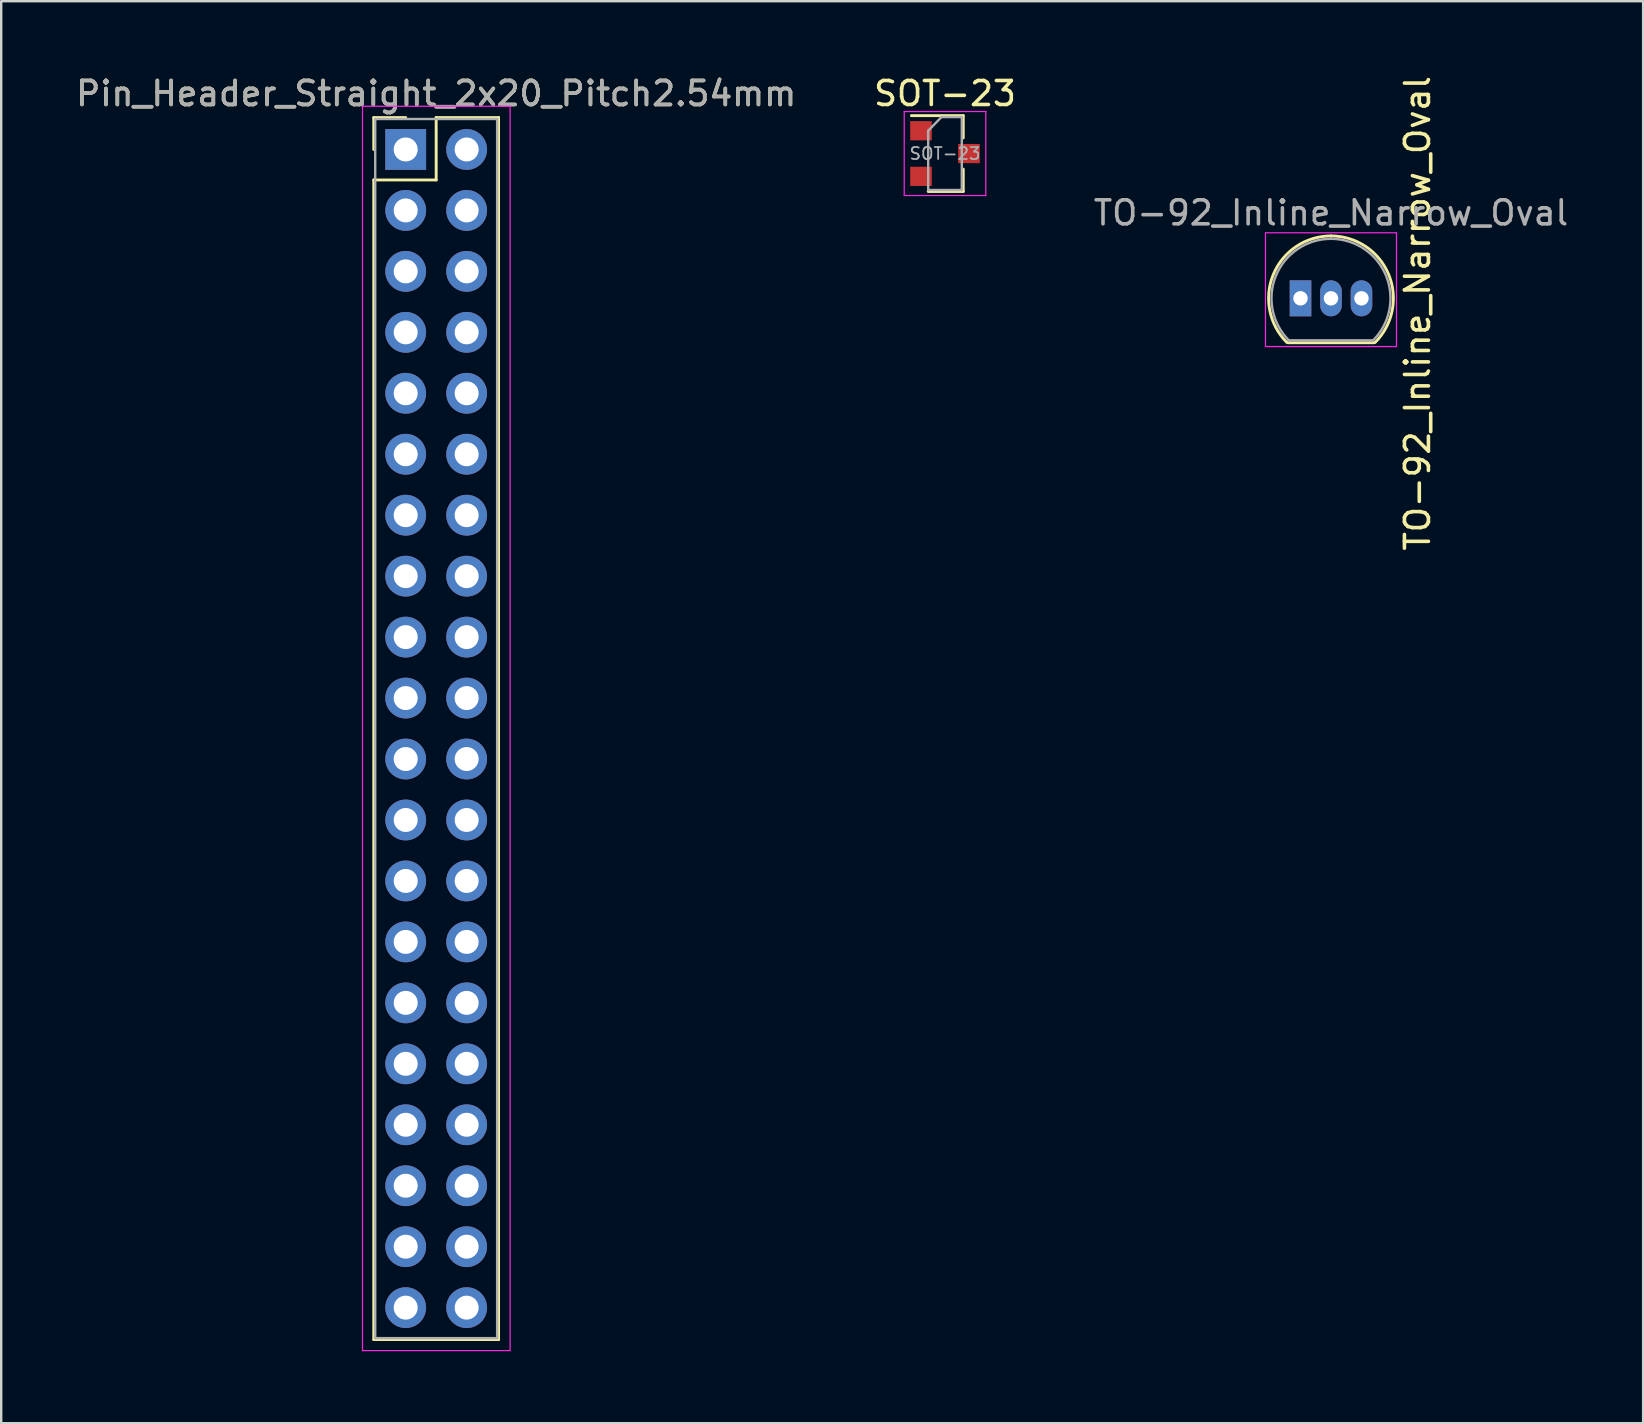
<source format=kicad_pcb>
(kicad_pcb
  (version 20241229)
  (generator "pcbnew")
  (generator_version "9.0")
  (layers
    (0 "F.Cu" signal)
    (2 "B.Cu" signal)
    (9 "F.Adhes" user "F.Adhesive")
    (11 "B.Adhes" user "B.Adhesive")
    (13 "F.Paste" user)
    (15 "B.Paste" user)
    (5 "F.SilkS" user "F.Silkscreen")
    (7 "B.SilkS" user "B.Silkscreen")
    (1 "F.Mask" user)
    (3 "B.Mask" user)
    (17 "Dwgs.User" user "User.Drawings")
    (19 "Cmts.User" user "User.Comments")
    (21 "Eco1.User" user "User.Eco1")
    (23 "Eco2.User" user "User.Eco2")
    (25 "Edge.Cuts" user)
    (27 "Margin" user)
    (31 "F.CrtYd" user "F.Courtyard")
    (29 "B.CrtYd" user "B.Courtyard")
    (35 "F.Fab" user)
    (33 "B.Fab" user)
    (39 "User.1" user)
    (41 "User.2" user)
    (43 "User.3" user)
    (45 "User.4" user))
  (footprint "SOT-23"
    (layer "F.Cu")
    (at 36.327 3.348)
    (property "Reference" "SOT-23" (at 0 -2.5 0) (layer "F.SilkS") (effects (font (size 1 1) (thickness 0.15))))
    (attr smd)
    (fp_line (start 0.76 -1.58) (end -1.4 -1.58) (stroke (width 0.12) (type solid)) (layer "F.SilkS"))
    (fp_line (start 0.76 -1.58) (end 0.76 -0.65) (stroke (width 0.12) (type solid)) (layer "F.SilkS"))
    (fp_line (start 0.76 1.58) (end -0.7 1.58) (stroke (width 0.12) (type solid)) (layer "F.SilkS"))
    (fp_line (start 0.76 1.58) (end 0.76 0.65) (stroke (width 0.12) (type solid)) (layer "F.SilkS"))
    (fp_line (start -1.7 -1.75) (end 1.7 -1.75) (stroke (width 0.05) (type solid)) (layer "F.CrtYd"))
    (fp_line (start -1.7 1.75) (end -1.7 -1.75) (stroke (width 0.05) (type solid)) (layer "F.CrtYd"))
    (fp_line (start 1.7 -1.75) (end 1.7 1.75) (stroke (width 0.05) (type solid)) (layer "F.CrtYd"))
    (fp_line (start 1.7 1.75) (end -1.7 1.75) (stroke (width 0.05) (type solid)) (layer "F.CrtYd"))
    (fp_line (start -0.7 -0.95) (end -0.7 1.5) (stroke (width 0.1) (type solid)) (layer "F.Fab"))
    (fp_line (start -0.7 -0.95) (end -0.15 -1.52) (stroke (width 0.1) (type solid)) (layer "F.Fab"))
    (fp_line (start -0.7 1.52) (end 0.7 1.52) (stroke (width 0.1) (type solid)) (layer "F.Fab"))
    (fp_line (start -0.15 -1.52) (end 0.7 -1.52) (stroke (width 0.1) (type solid)) (layer "F.Fab"))
    (fp_line (start 0.7 -1.52) (end 0.7 1.52) (stroke (width 0.1) (type solid)) (layer "F.Fab"))
    (fp_text user "${REFERENCE}" (at 0 0 0) (layer "F.Fab") (effects (font (size 0.5 0.5) (thickness 0.075))))
    (pad "1" smd rect (at -1 -0.95) (size 0.9 0.8) (layers "F.Cu" "F.Mask" "F.Paste"))
    (pad "2" smd rect (at -1 0.95) (size 0.9 0.8) (layers "F.Cu" "F.Mask" "F.Paste"))
    (pad "3" smd rect (at 1 0) (size 0.9 0.8) (layers "F.Cu" "F.Mask" "F.Paste")))
  (footprint "TO-92_Inline_Narrow_Oval"
    (layer "F.Cu")
    (at 51.141 9.381)
    (property "Reference" "TO-92_Inline_Narrow_Oval" (at 4.875 0.625 90) (layer "F.SilkS") (effects (font (size 1 1) (thickness 0.15))))
    (attr through_hole)
    (fp_line (start -0.53 1.85) (end 3.07 1.85) (stroke (width 0.12) (type solid)) (layer "F.SilkS"))
    (fp_arc (start -0.568478 1.838478) (mid -1.132087 -0.994977) (end 1.27 -2.6) (stroke (width 0.12) (type solid)) (layer "F.SilkS"))
    (fp_arc (start 1.27 -2.6) (mid 3.672087 -0.994977) (end 3.108478 1.838478) (stroke (width 0.12) (type solid)) (layer "F.SilkS"))
    (fp_line (start -1.46 -2.73) (end -1.46 2.01) (stroke (width 0.05) (type solid)) (layer "F.CrtYd"))
    (fp_line (start -1.46 -2.73) (end 4 -2.73) (stroke (width 0.05) (type solid)) (layer "F.CrtYd"))
    (fp_line (start 4 2.01) (end -1.46 2.01) (stroke (width 0.05) (type solid)) (layer "F.CrtYd"))
    (fp_line (start 4 2.01) (end 4 -2.73) (stroke (width 0.05) (type solid)) (layer "F.CrtYd"))
    (fp_line (start -0.5 1.75) (end 3 1.75) (stroke (width 0.1) (type solid)) (layer "F.Fab"))
    (fp_arc (start -0.483625 1.753625) (mid -1.021221 -0.949055) (end 1.27 -2.48) (stroke (width 0.1) (type solid)) (layer "F.Fab"))
    (fp_arc (start 1.27 -2.48) (mid 3.561221 -0.949055) (end 3.023625 1.753625) (stroke (width 0.1) (type solid)) (layer "F.Fab"))
    (fp_text user "${REFERENCE}" (at 1.27 -3.56 0) (layer "F.Fab") (effects (font (size 1 1) (thickness 0.15))))
    (pad "1" thru_hole rect (at 0 0 180) (size 0.9 1.5) (drill 0.6) (layers "*.Cu" "*.Mask"))
    (pad "2" thru_hole oval (at 1.27 0 180) (size 0.9 1.5) (drill 0.6) (layers "*.Cu" "*.Mask"))
    (pad "3" thru_hole oval (at 2.54 0 180) (size 0.9 1.5) (drill 0.6) (layers "*.Cu" "*.Mask")))
  (footprint "Pin_Header_Straight_2x20_Pitch2.54mm"
    (layer "F.Cu")
    (at 13.855 3.178)
    (property "Reference" "Pin_Header_Straight_2x20_Pitch2.54mm" (at 1.27 -2.33 0) (layer "F.SilkS") (effects (font (size 1 1) (thickness 0.15))))
    (attr through_hole)
    (fp_line (start -1.33 -1.33) (end 0 -1.33) (stroke (width 0.12) (type solid)) (layer "F.SilkS"))
    (fp_line (start -1.33 0) (end -1.33 -1.33) (stroke (width 0.12) (type solid)) (layer "F.SilkS"))
    (fp_line (start -1.33 1.27) (end -1.33 49.59) (stroke (width 0.12) (type solid)) (layer "F.SilkS"))
    (fp_line (start -1.33 49.59) (end 3.87 49.59) (stroke (width 0.12) (type solid)) (layer "F.SilkS"))
    (fp_line (start 1.27 -1.33) (end 1.27 1.27) (stroke (width 0.12) (type solid)) (layer "F.SilkS"))
    (fp_line (start 1.27 1.27) (end -1.33 1.27) (stroke (width 0.12) (type solid)) (layer "F.SilkS"))
    (fp_line (start 3.87 -1.33) (end 1.27 -1.33) (stroke (width 0.12) (type solid)) (layer "F.SilkS"))
    (fp_line (start 3.87 49.59) (end 3.87 -1.33) (stroke (width 0.12) (type solid)) (layer "F.SilkS"))
    (fp_line (start -1.8 -1.8) (end -1.8 50.05) (stroke (width 0.05) (type solid)) (layer "F.CrtYd"))
    (fp_line (start -1.8 50.05) (end 4.35 50.05) (stroke (width 0.05) (type solid)) (layer "F.CrtYd"))
    (fp_line (start 4.35 -1.8) (end -1.8 -1.8) (stroke (width 0.05) (type solid)) (layer "F.CrtYd"))
    (fp_line (start 4.35 50.05) (end 4.35 -1.8) (stroke (width 0.05) (type solid)) (layer "F.CrtYd"))
    (fp_line (start -1.27 -1.27) (end -1.27 49.53) (stroke (width 0.1) (type solid)) (layer "F.Fab"))
    (fp_line (start -1.27 49.53) (end 3.81 49.53) (stroke (width 0.1) (type solid)) (layer "F.Fab"))
    (fp_line (start 3.81 -1.27) (end -1.27 -1.27) (stroke (width 0.1) (type solid)) (layer "F.Fab"))
    (fp_line (start 3.81 49.53) (end 3.81 -1.27) (stroke (width 0.1) (type solid)) (layer "F.Fab"))
    (fp_text user "${REFERENCE}" (at 1.27 -2.33 0) (layer "F.Fab") (effects (font (size 1 1) (thickness 0.15))))
    (pad "1" thru_hole rect (at 0 0) (size 1.7 1.7) (drill 1) (layers "*.Cu" "*.Mask"))
    (pad "2" thru_hole oval (at 2.54 0) (size 1.7 1.7) (drill 1) (layers "*.Cu" "*.Mask"))
    (pad "3" thru_hole oval (at 0 2.54) (size 1.7 1.7) (drill 1) (layers "*.Cu" "*.Mask"))
    (pad "4" thru_hole oval (at 2.54 2.54) (size 1.7 1.7) (drill 1) (layers "*.Cu" "*.Mask"))
    (pad "5" thru_hole oval (at 0 5.08) (size 1.7 1.7) (drill 1) (layers "*.Cu" "*.Mask"))
    (pad "6" thru_hole oval (at 2.54 5.08) (size 1.7 1.7) (drill 1) (layers "*.Cu" "*.Mask"))
    (pad "7" thru_hole oval (at 0 7.62) (size 1.7 1.7) (drill 1) (layers "*.Cu" "*.Mask"))
    (pad "8" thru_hole oval (at 2.54 7.62) (size 1.7 1.7) (drill 1) (layers "*.Cu" "*.Mask"))
    (pad "9" thru_hole oval (at 0 10.16) (size 1.7 1.7) (drill 1) (layers "*.Cu" "*.Mask"))
    (pad "10" thru_hole oval (at 2.54 10.16) (size 1.7 1.7) (drill 1) (layers "*.Cu" "*.Mask"))
    (pad "11" thru_hole oval (at 0 12.7) (size 1.7 1.7) (drill 1) (layers "*.Cu" "*.Mask"))
    (pad "12" thru_hole oval (at 2.54 12.7) (size 1.7 1.7) (drill 1) (layers "*.Cu" "*.Mask"))
    (pad "13" thru_hole oval (at 0 15.24) (size 1.7 1.7) (drill 1) (layers "*.Cu" "*.Mask"))
    (pad "14" thru_hole oval (at 2.54 15.24) (size 1.7 1.7) (drill 1) (layers "*.Cu" "*.Mask"))
    (pad "15" thru_hole oval (at 0 17.78) (size 1.7 1.7) (drill 1) (layers "*.Cu" "*.Mask"))
    (pad "16" thru_hole oval (at 2.54 17.78) (size 1.7 1.7) (drill 1) (layers "*.Cu" "*.Mask"))
    (pad "17" thru_hole oval (at 0 20.32) (size 1.7 1.7) (drill 1) (layers "*.Cu" "*.Mask"))
    (pad "18" thru_hole oval (at 2.54 20.32) (size 1.7 1.7) (drill 1) (layers "*.Cu" "*.Mask"))
    (pad "19" thru_hole oval (at 0 22.86) (size 1.7 1.7) (drill 1) (layers "*.Cu" "*.Mask"))
    (pad "20" thru_hole oval (at 2.54 22.86) (size 1.7 1.7) (drill 1) (layers "*.Cu" "*.Mask"))
    (pad "21" thru_hole oval (at 0 25.4) (size 1.7 1.7) (drill 1) (layers "*.Cu" "*.Mask"))
    (pad "22" thru_hole oval (at 2.54 25.4) (size 1.7 1.7) (drill 1) (layers "*.Cu" "*.Mask"))
    (pad "23" thru_hole oval (at 0 27.94) (size 1.7 1.7) (drill 1) (layers "*.Cu" "*.Mask"))
    (pad "24" thru_hole oval (at 2.54 27.94) (size 1.7 1.7) (drill 1) (layers "*.Cu" "*.Mask"))
    (pad "25" thru_hole oval (at 0 30.48) (size 1.7 1.7) (drill 1) (layers "*.Cu" "*.Mask"))
    (pad "26" thru_hole oval (at 2.54 30.48) (size 1.7 1.7) (drill 1) (layers "*.Cu" "*.Mask"))
    (pad "27" thru_hole oval (at 0 33.02) (size 1.7 1.7) (drill 1) (layers "*.Cu" "*.Mask"))
    (pad "28" thru_hole oval (at 2.54 33.02) (size 1.7 1.7) (drill 1) (layers "*.Cu" "*.Mask"))
    (pad "29" thru_hole oval (at 0 35.56) (size 1.7 1.7) (drill 1) (layers "*.Cu" "*.Mask"))
    (pad "30" thru_hole oval (at 2.54 35.56) (size 1.7 1.7) (drill 1) (layers "*.Cu" "*.Mask"))
    (pad "31" thru_hole oval (at 0 38.1) (size 1.7 1.7) (drill 1) (layers "*.Cu" "*.Mask"))
    (pad "32" thru_hole oval (at 2.54 38.1) (size 1.7 1.7) (drill 1) (layers "*.Cu" "*.Mask"))
    (pad "33" thru_hole oval (at 0 40.64) (size 1.7 1.7) (drill 1) (layers "*.Cu" "*.Mask"))
    (pad "34" thru_hole oval (at 2.54 40.64) (size 1.7 1.7) (drill 1) (layers "*.Cu" "*.Mask"))
    (pad "35" thru_hole oval (at 0 43.18) (size 1.7 1.7) (drill 1) (layers "*.Cu" "*.Mask"))
    (pad "36" thru_hole oval (at 2.54 43.18) (size 1.7 1.7) (drill 1) (layers "*.Cu" "*.Mask"))
    (pad "37" thru_hole oval (at 0 45.72) (size 1.7 1.7) (drill 1) (layers "*.Cu" "*.Mask"))
    (pad "38" thru_hole oval (at 2.54 45.72) (size 1.7 1.7) (drill 1) (layers "*.Cu" "*.Mask"))
    (pad "39" thru_hole oval (at 0 48.26) (size 1.7 1.7) (drill 1) (layers "*.Cu" "*.Mask"))
    (pad "40" thru_hole oval (at 2.54 48.26) (size 1.7 1.7) (drill 1) (layers "*.Cu" "*.Mask")))
  (gr_rect
    (start -3 -3)
    (end 65.417 56.253)
    (stroke (width 0.1) (type default))
    (fill no)
    (layer "Edge.Cuts")))
</source>
